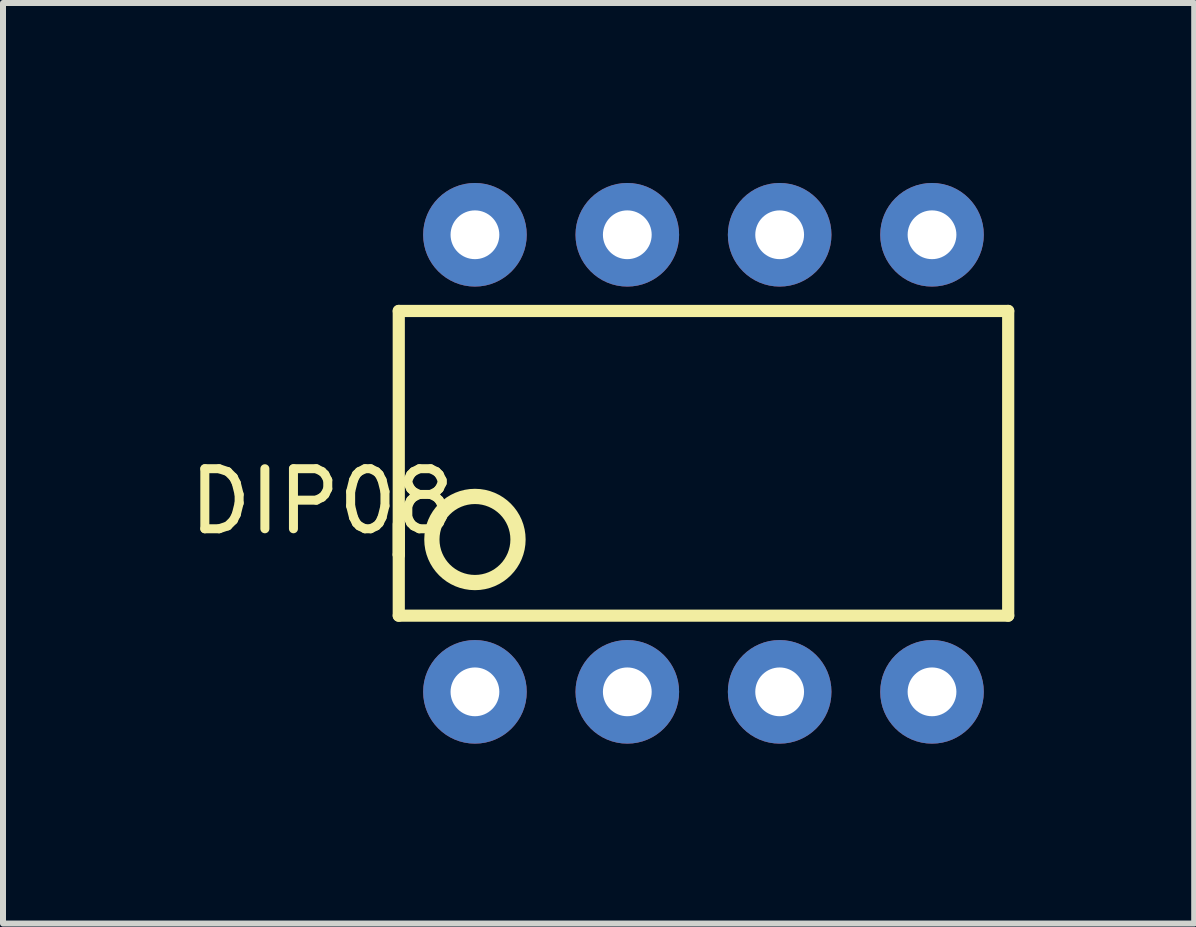
<source format=kicad_pcb>
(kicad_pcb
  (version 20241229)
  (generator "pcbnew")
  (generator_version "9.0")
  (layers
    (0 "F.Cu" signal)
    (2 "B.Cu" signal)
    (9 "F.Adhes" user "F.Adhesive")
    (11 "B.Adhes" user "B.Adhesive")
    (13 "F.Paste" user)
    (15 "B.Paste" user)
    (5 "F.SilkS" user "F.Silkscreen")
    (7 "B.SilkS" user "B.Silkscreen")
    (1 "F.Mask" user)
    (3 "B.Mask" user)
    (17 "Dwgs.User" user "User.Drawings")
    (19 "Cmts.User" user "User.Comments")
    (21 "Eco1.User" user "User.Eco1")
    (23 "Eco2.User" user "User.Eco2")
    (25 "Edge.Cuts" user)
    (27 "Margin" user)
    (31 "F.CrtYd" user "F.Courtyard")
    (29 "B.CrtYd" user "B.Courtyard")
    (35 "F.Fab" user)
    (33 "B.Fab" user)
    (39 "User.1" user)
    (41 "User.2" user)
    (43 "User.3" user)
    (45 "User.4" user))
  (footprint "DIP08"
    (layer "F.Cu")
    (at 8.678 4.674)
    (property "Reference" "DIP08" (at -6.359 0.636 180) (layer "F.SilkS") (effects (font (size 1.001 1.001) (thickness 0.15))))
    (attr through_hole)
    (fp_line (start -5.08 -2.54) (end -5.08 1.524) (stroke (width 0.203) (type solid)) (layer "F.SilkS"))
    (fp_line (start -5.08 -2.54) (end 5.08 -2.54) (stroke (width 0.203) (type solid)) (layer "F.SilkS"))
    (fp_line (start -5.08 1.524) (end -5.08 1.016) (stroke (width 0.203) (type solid)) (layer "F.SilkS"))
    (fp_line (start -5.08 2.54) (end -5.08 1.524) (stroke (width 0.203) (type solid)) (layer "F.SilkS"))
    (fp_line (start -5.08 2.54) (end 5.08 2.54) (stroke (width 0.203) (type solid)) (layer "F.SilkS"))
    (fp_line (start 5.08 -2.54) (end 5.08 2.54) (stroke (width 0.203) (type solid)) (layer "F.SilkS"))
    (fp_circle (center -3.81 1.27) (end -3.092 1.27) (stroke (width 0.254) (type solid)) (fill no) (layer "F.SilkS"))
    (pad "1" thru_hole circle (at -3.81 3.81) (size 1.727 1.727) (drill 0.813) (layers "*.Cu" "*.Mask"))
    (pad "2" thru_hole circle (at -1.27 3.81) (size 1.727 1.727) (drill 0.813) (layers "*.Cu" "*.Mask"))
    (pad "3" thru_hole circle (at 1.27 3.81) (size 1.727 1.727) (drill 0.813) (layers "*.Cu" "*.Mask"))
    (pad "4" thru_hole circle (at 3.81 3.81) (size 1.727 1.727) (drill 0.813) (layers "*.Cu" "*.Mask"))
    (pad "5" thru_hole circle (at 3.81 -3.81) (size 1.727 1.727) (drill 0.813) (layers "*.Cu" "*.Mask"))
    (pad "6" thru_hole circle (at 1.27 -3.81) (size 1.727 1.727) (drill 0.813) (layers "*.Cu" "*.Mask"))
    (pad "7" thru_hole circle (at -1.27 -3.81) (size 1.727 1.727) (drill 0.813) (layers "*.Cu" "*.Mask"))
    (pad "8" thru_hole circle (at -3.81 -3.81) (size 1.727 1.727) (drill 0.813) (layers "*.Cu" "*.Mask")))
  (gr_rect
    (start -3 -3)
    (end 16.859 12.347)
    (stroke (width 0.1) (type default))
    (fill no)
    (layer "Edge.Cuts")))
</source>
